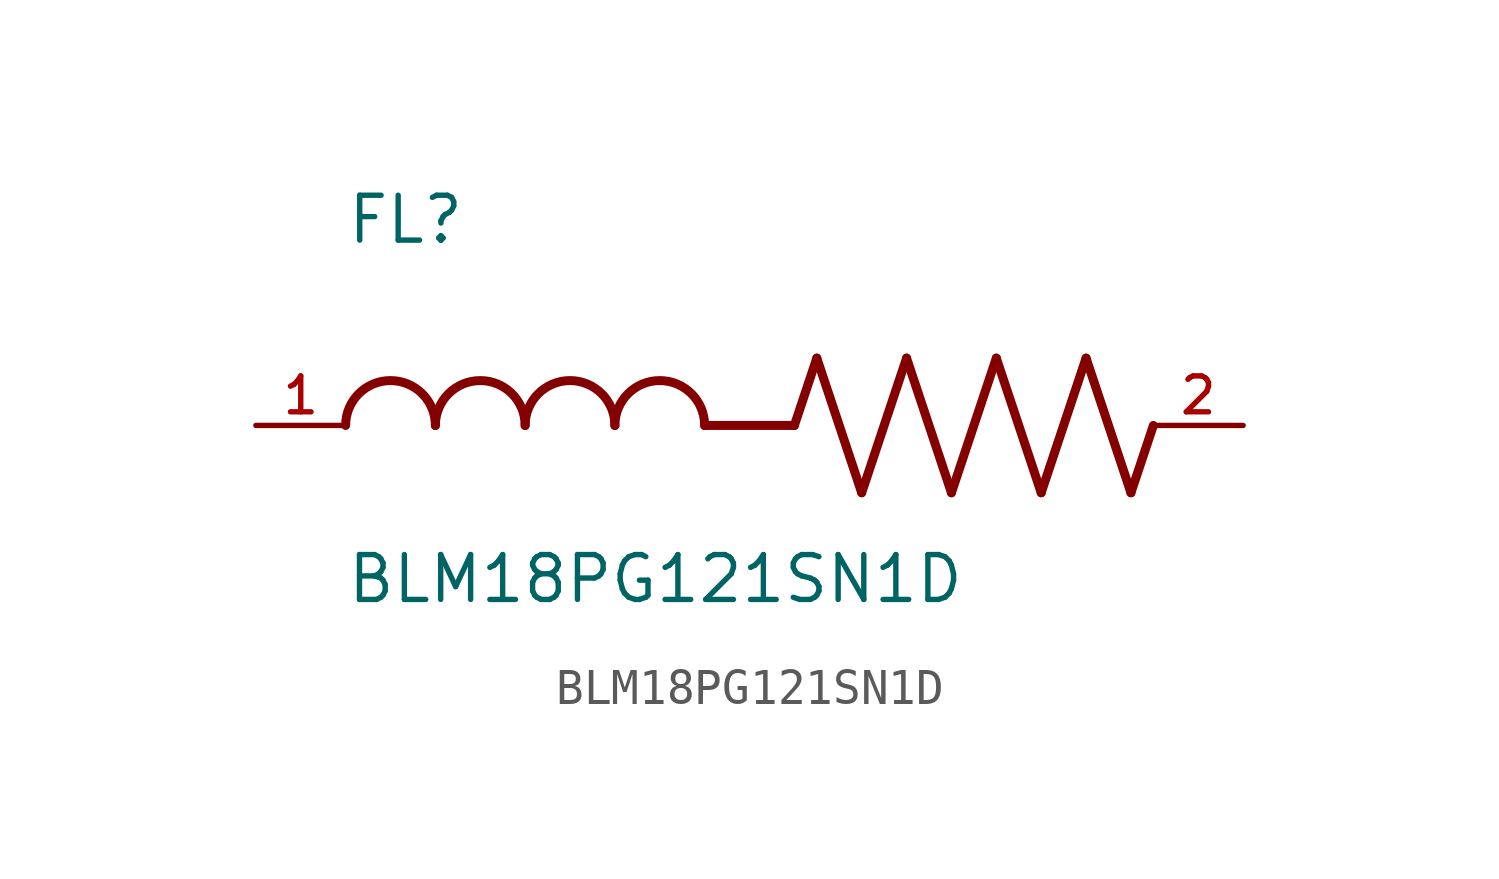
<source format=kicad_sym>
(kicad_symbol_lib
  (version 20241209)
  (generator "kicad_symbol_editor")
  (generator_version "9.0")
  (symbol "BLM18PG121SN1D"
    (pin_names
      (offset 1.016))
    (property "Reference" "FL"
      (at -12.704 5.082 0)
      (effects (font (size 1.27 1.27)) (justify left bottom)))
    (property "Value" "BLM18PG121SN1D"
      (at -12.71 -5.087 0)
      (effects (font (size 1.27 1.27)) (justify left bottom)))
    (symbol "BLM18PG121SN1D_0_0"
      (arc (start -12.7 0) (mid -11.43 1.2645) (end -10.16 0) (stroke (width 0.254) (type default)) (fill (type none)))
      (arc (start -10.16 0) (mid -8.89 1.2645) (end -7.62 0) (stroke (width 0.254) (type default)) (fill (type none)))
      (arc (start -7.62 0) (mid -6.35 1.2645) (end -5.08 0) (stroke (width 0.254) (type default)) (fill (type none)))
      (arc (start -5.08 0) (mid -3.81 1.2645) (end -2.54 0) (stroke (width 0.254) (type default)) (fill (type none)))
      (polyline (pts (xy 0 0) (xy -2.54 0)) (stroke (width 0.254) (type default)) (fill (type none)))
      (polyline (pts (xy 0 0) (xy 0.635 1.905)) (stroke (width 0.254) (type default)) (fill (type none)))
      (polyline (pts (xy 0.635 1.905) (xy 1.905 -1.905)) (stroke (width 0.254) (type default)) (fill (type none)))
      (polyline (pts (xy 1.905 -1.905) (xy 3.175 1.905)) (stroke (width 0.254) (type default)) (fill (type none)))
      (polyline (pts (xy 3.175 1.905) (xy 4.445 -1.905)) (stroke (width 0.254) (type default)) (fill (type none)))
      (polyline (pts (xy 4.445 -1.905) (xy 5.715 1.905)) (stroke (width 0.254) (type default)) (fill (type none)))
      (polyline (pts (xy 5.715 1.905) (xy 6.985 -1.905)) (stroke (width 0.254) (type default)) (fill (type none)))
      (polyline (pts (xy 6.985 -1.905) (xy 8.255 1.905)) (stroke (width 0.254) (type default)) (fill (type none)))
      (polyline (pts (xy 8.255 1.905) (xy 9.525 -1.905)) (stroke (width 0.254) (type default)) (fill (type none)))
      (polyline (pts (xy 9.525 -1.905) (xy 10.16 0)) (stroke (width 0.254) (type default)) (fill (type none)))
      (pin passive line (at -15.24 0 0) (length 2.54) (name "~" (effects (font (size 1.016 1.016)))) (number "1" (effects (font (size 1.016 1.016)))))
      (pin passive line (at 12.7 0 180) (length 2.54) (name "~" (effects (font (size 1.016 1.016)))) (number "2" (effects (font (size 1.016 1.016))))))))
</source>
